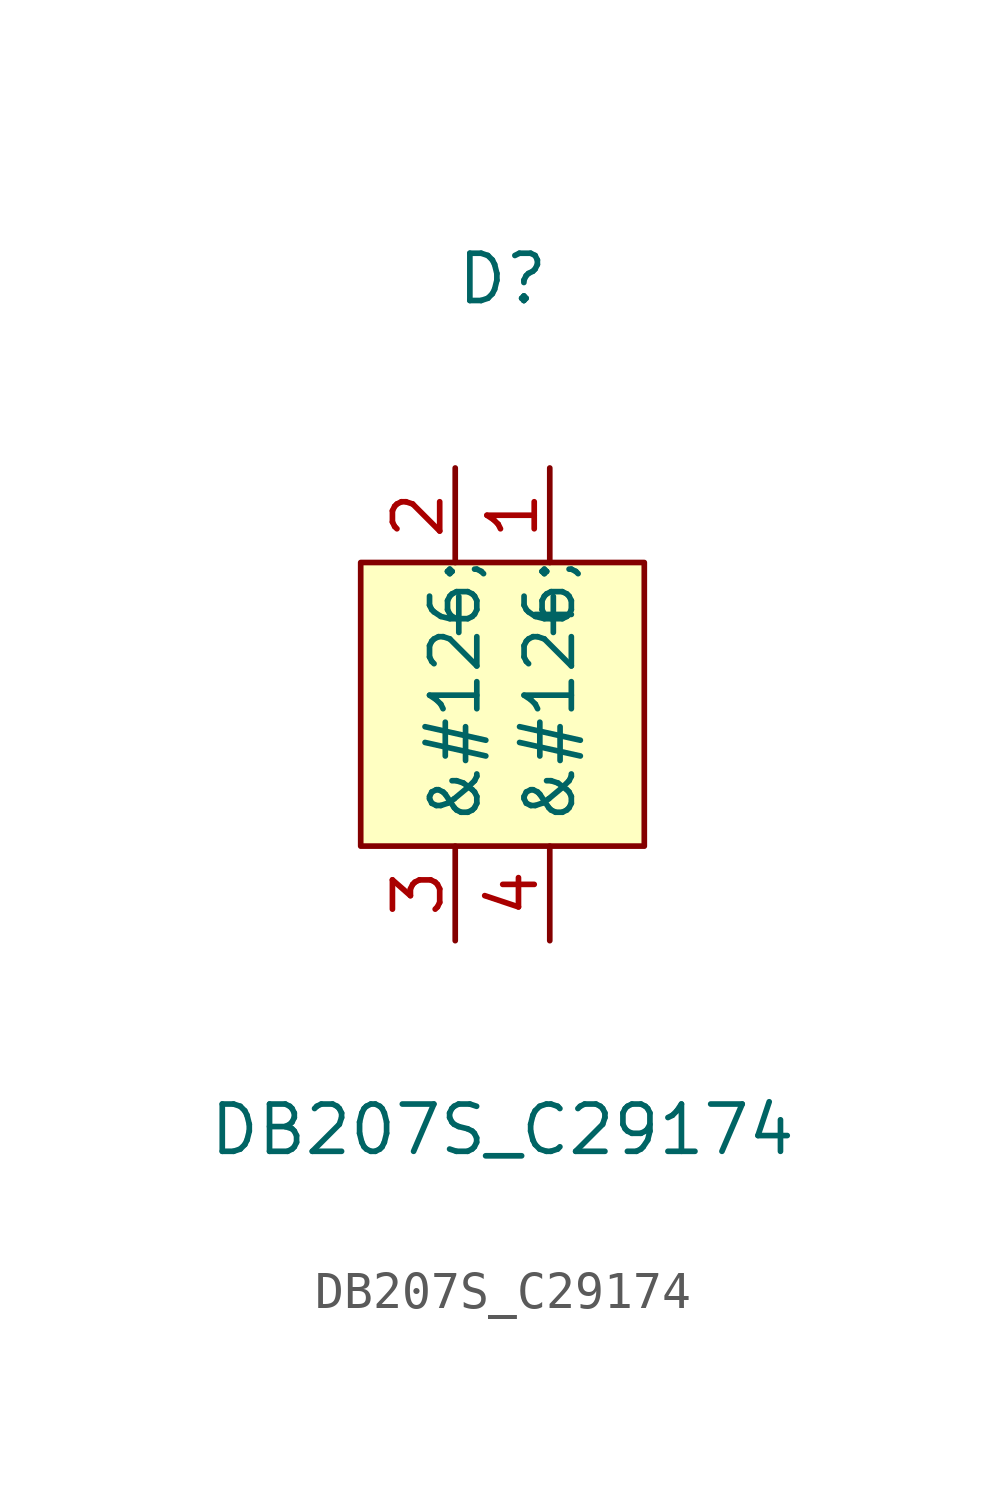
<source format=kicad_sym>
(kicad_symbol_lib
  (version 1)
  (generator "faebryk")
  (symbol "DB207S_C29174"
    (property "Reference" "D"
      (at 0 11.43 0)
      (effects (font (size 1.27 1.27)) (hide no)))
    (property "Value" "DB207S_C29174"
      (at 0 -11.43 0)
      (effects (font (size 1.27 1.27)) (hide no)))
    (symbol "DB207S_C29174_0_1"
      (rectangle (start -3.81 3.81) (end 3.81 -3.81) (stroke (width 0) (type default) (color 0 0 0 0)) (fill (type background)))
      (pin unspecified line (at -1.27 6.35 270) (length 2.54) (name "-" (effects (font (size 1.27 1.27)) (hide no))) (number "2" (effects (font (size 1.27 1.27)) (hide no))))
      (pin unspecified line (at 1.27 6.35 270) (length 2.54) (name "+" (effects (font (size 1.27 1.27)) (hide no))) (number "1" (effects (font (size 1.27 1.27)) (hide no))))
      (pin unspecified line (at -1.27 -6.35 90) (length 2.54) (name "&#126;" (effects (font (size 1.27 1.27)) (hide no))) (number "3" (effects (font (size 1.27 1.27)) (hide no))))
      (pin unspecified line (at 1.27 -6.35 90) (length 2.54) (name "&#126;" (effects (font (size 1.27 1.27)) (hide no))) (number "4" (effects (font (size 1.27 1.27)) (hide no)))))))
</source>
